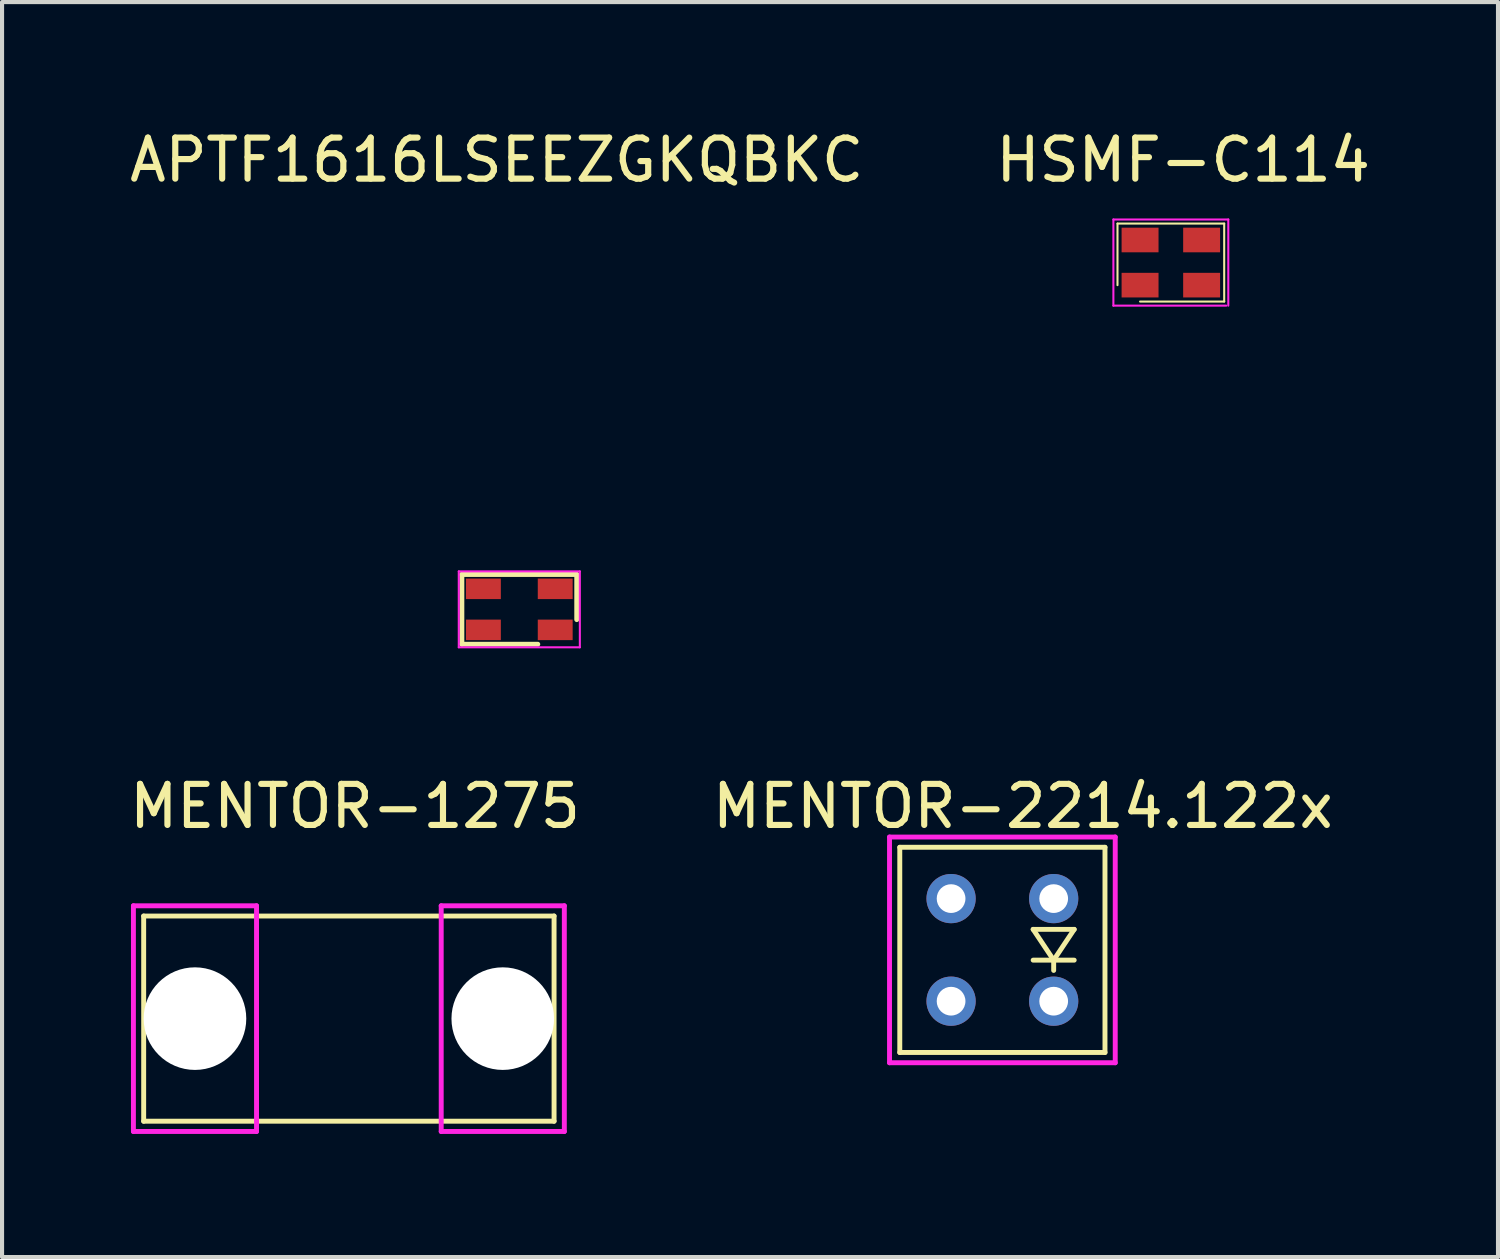
<source format=kicad_pcb>
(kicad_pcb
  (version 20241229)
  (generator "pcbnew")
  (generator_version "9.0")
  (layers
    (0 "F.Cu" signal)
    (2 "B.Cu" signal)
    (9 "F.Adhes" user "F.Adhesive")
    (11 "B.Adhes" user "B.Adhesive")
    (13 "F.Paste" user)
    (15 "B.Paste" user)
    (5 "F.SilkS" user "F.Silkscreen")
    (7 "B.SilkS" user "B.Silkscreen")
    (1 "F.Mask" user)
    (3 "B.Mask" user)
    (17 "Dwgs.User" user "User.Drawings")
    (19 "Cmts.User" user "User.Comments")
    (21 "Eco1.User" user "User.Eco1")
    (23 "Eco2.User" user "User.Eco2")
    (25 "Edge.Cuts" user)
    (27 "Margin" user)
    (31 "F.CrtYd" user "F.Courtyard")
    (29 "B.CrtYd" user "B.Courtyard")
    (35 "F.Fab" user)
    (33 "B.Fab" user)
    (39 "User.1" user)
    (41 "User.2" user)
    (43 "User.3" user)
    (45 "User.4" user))
  (footprint "MENTOR-2214.122x"
    (layer "F.Cu")
    (at 21.375 20.096)
    (property "Reference" "MENTOR-2214.122x" (at 0.5 -3.5 0) (layer "F.SilkS") (effects (font (size 1 1) (thickness 0.15))))
    (attr through_hole)
    (fp_line (start -2.5 -2.5) (end -2.5 2.5) (stroke (width 0.12) (type solid)) (layer "F.SilkS"))
    (fp_line (start -2.5 2.5) (end 2.5 2.5) (stroke (width 0.12) (type solid)) (layer "F.SilkS"))
    (fp_line (start 0.75 -0.5) (end 1.75 -0.5) (stroke (width 0.12) (type solid)) (layer "F.SilkS"))
    (fp_line (start 0.75 0.25) (end 1.75 0.25) (stroke (width 0.12) (type solid)) (layer "F.SilkS"))
    (fp_line (start 1.25 0.25) (end 0.75 -0.5) (stroke (width 0.12) (type solid)) (layer "F.SilkS"))
    (fp_line (start 1.25 0.5) (end 1.25 0.25) (stroke (width 0.12) (type solid)) (layer "F.SilkS"))
    (fp_line (start 1.75 -0.5) (end 1.25 0.25) (stroke (width 0.12) (type solid)) (layer "F.SilkS"))
    (fp_line (start 2.5 -2.5) (end -2.5 -2.5) (stroke (width 0.12) (type solid)) (layer "F.SilkS"))
    (fp_line (start 2.5 2.5) (end 2.5 -2.5) (stroke (width 0.12) (type solid)) (layer "F.SilkS"))
    (fp_line (start -2.75 -2.75) (end -2.75 2.75) (stroke (width 0.12) (type solid)) (layer "F.CrtYd"))
    (fp_line (start -2.75 2.75) (end 2.75 2.75) (stroke (width 0.12) (type solid)) (layer "F.CrtYd"))
    (fp_line (start 2.75 -2.75) (end -2.75 -2.75) (stroke (width 0.12) (type solid)) (layer "F.CrtYd"))
    (fp_line (start 2.75 2.75) (end 2.75 -2.75) (stroke (width 0.12) (type solid)) (layer "F.CrtYd"))
    (pad "1" thru_hole circle (at -1.25 1.25) (size 1.2 1.2) (drill 0.7) (layers "*.Cu" "*.Mask"))
    (pad "2" thru_hole circle (at -1.25 -1.25) (size 1.2 1.2) (drill 0.7) (layers "*.Cu" "*.Mask"))
    (pad "3" thru_hole circle (at 1.25 -1.25) (size 1.2 1.2) (drill 0.7) (layers "*.Cu" "*.Mask"))
    (pad "4" thru_hole circle (at 1.25 1.25) (size 1.2 1.2) (drill 0.7) (layers "*.Cu" "*.Mask")))
  (footprint "APTF1616LSEEZGKQBKC"
    (layer "F.Cu")
    (at 9.604 11.798)
    (property "Reference" "APTF1616LSEEZGKQBKC" (at -0.55 -10.95 0) (layer "F.SilkS") (effects (font (size 1 1) (thickness 0.15))))
    (attr through_hole)
    (fp_line (start -1.4 -0.85) (end -1.4 0.85) (stroke (width 0.12) (type solid)) (layer "F.SilkS"))
    (fp_line (start -1.4 0.85) (end 0.45 0.85) (stroke (width 0.12) (type solid)) (layer "F.SilkS"))
    (fp_line (start 1.4 -0.85) (end -1.4 -0.85) (stroke (width 0.12) (type solid)) (layer "F.SilkS"))
    (fp_line (start 1.4 -0.85) (end 1.4 0.25) (stroke (width 0.12) (type solid)) (layer "F.SilkS"))
    (fp_line (start -1.475 -0.925) (end -1.475 0.925) (stroke (width 0.05) (type solid)) (layer "F.CrtYd"))
    (fp_line (start -1.475 0.925) (end 1.475 0.925) (stroke (width 0.05) (type solid)) (layer "F.CrtYd"))
    (fp_line (start 1.475 -0.925) (end -1.475 -0.925) (stroke (width 0.05) (type solid)) (layer "F.CrtYd"))
    (fp_line (start 1.475 0.925) (end 1.475 -0.925) (stroke (width 0.05) (type solid)) (layer "F.CrtYd"))
    (pad "1" smd rect (at 0.875 0.5) (size 0.85 0.5) (layers "F.Cu" "F.Mask" "F.Paste"))
    (pad "2" smd rect (at -0.875 0.5) (size 0.85 0.5) (layers "F.Cu" "F.Mask" "F.Paste"))
    (pad "3" smd rect (at -0.875 -0.5) (size 0.85 0.5) (layers "F.Cu" "F.Mask" "F.Paste"))
    (pad "4" smd rect (at 0.875 -0.5) (size 0.85 0.5) (layers "F.Cu" "F.Mask" "F.Paste")))
  (footprint "HSMF-C114"
    (layer "F.Cu")
    (at 25.48 3.348)
    (property "Reference" "HSMF-C114" (at 0.3 -2.5 0) (layer "F.SilkS") (effects (font (size 1 1) (thickness 0.15))))
    (attr through_hole)
    (fp_line (start -1.3 0.55) (end -1.3 -0.95) (stroke (width 0.05) (type solid)) (layer "F.SilkS"))
    (fp_line (start 1.3 -0.95) (end -1.3 -0.95) (stroke (width 0.05) (type solid)) (layer "F.SilkS"))
    (fp_line (start 1.3 -0.95) (end 1.3 0.95) (stroke (width 0.05) (type solid)) (layer "F.SilkS"))
    (fp_line (start 1.3 0.95) (end -0.75 0.95) (stroke (width 0.05) (type solid)) (layer "F.SilkS"))
    (fp_line (start -1.4 -1.05) (end -1.4 1.05) (stroke (width 0.05) (type solid)) (layer "F.CrtYd"))
    (fp_line (start -1.4 1.05) (end 1.35 1.05) (stroke (width 0.05) (type solid)) (layer "F.CrtYd"))
    (fp_line (start 1.4 -1.05) (end -1.4 -1.05) (stroke (width 0.05) (type solid)) (layer "F.CrtYd"))
    (fp_line (start 1.4 1.05) (end 1.4 -1.05) (stroke (width 0.05) (type solid)) (layer "F.CrtYd"))
    (pad "1" smd rect (at -0.75 0.55) (size 0.9 0.6) (layers "F.Cu" "F.Mask" "F.Paste"))
    (pad "2" smd rect (at -0.75 -0.55) (size 0.9 0.6) (layers "F.Cu" "F.Mask" "F.Paste"))
    (pad "3" smd rect (at 0.75 -0.55) (size 0.9 0.6) (layers "F.Cu" "F.Mask" "F.Paste"))
    (pad "4" smd rect (at 0.75 0.55) (size 0.9 0.6) (layers "F.Cu" "F.Mask" "F.Paste")))
  (footprint "MENTOR-1275"
    (layer "F.Cu")
    (at 5.451 21.771)
    (property "Reference" "MENTOR-1275" (at 0.15 -5.175 0) (layer "F.SilkS") (effects (font (size 1 1) (thickness 0.15))))
    (attr through_hole)
    (fp_line (start -5 -2.5) (end 5 -2.5) (stroke (width 0.12) (type solid)) (layer "F.SilkS"))
    (fp_line (start -5 2.5) (end -5 -2.5) (stroke (width 0.12) (type solid)) (layer "F.SilkS"))
    (fp_line (start 5 -2.5) (end 5 2.5) (stroke (width 0.12) (type solid)) (layer "F.SilkS"))
    (fp_line (start 5 2.5) (end -5 2.5) (stroke (width 0.12) (type solid)) (layer "F.SilkS"))
    (fp_line (start -5.25 -2.75) (end -5.25 2.75) (stroke (width 0.12) (type solid)) (layer "F.CrtYd"))
    (fp_line (start -5.25 2.75) (end -2.25 2.75) (stroke (width 0.12) (type solid)) (layer "F.CrtYd"))
    (fp_line (start -2.25 -2.75) (end -5.25 -2.75) (stroke (width 0.12) (type solid)) (layer "F.CrtYd"))
    (fp_line (start -2.25 2.75) (end -2.25 -2.75) (stroke (width 0.12) (type solid)) (layer "F.CrtYd"))
    (fp_line (start 2.25 -2.75) (end 5.25 -2.75) (stroke (width 0.12) (type solid)) (layer "F.CrtYd"))
    (fp_line (start 2.25 2.75) (end 2.25 -2.75) (stroke (width 0.12) (type solid)) (layer "F.CrtYd"))
    (fp_line (start 5.25 -2.75) (end 5.25 2.75) (stroke (width 0.12) (type solid)) (layer "F.CrtYd"))
    (fp_line (start 5.25 2.75) (end 2.25 2.75) (stroke (width 0.12) (type solid)) (layer "F.CrtYd"))
    (pad "" np_thru_hole circle (at -3.75 0) (size 2.5 2.5) (drill 2.5) (layers "*.Cu" "*.Mask"))
    (pad "" np_thru_hole circle (at 3.75 0) (size 2.5 2.5) (drill 2.5) (layers "*.Cu" "*.Mask")))
  (gr_rect
    (start -3 -3)
    (end 33.452 27.581)
    (stroke (width 0.1) (type default))
    (fill no)
    (layer "Edge.Cuts")))
</source>
